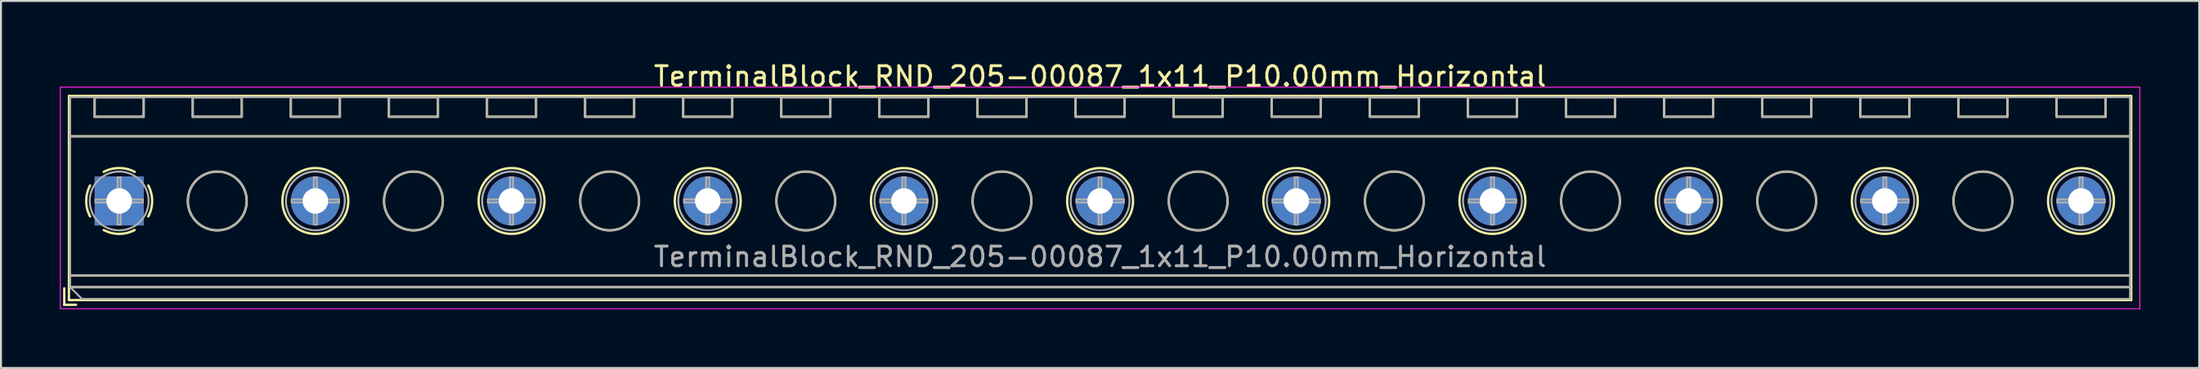
<source format=kicad_pcb>
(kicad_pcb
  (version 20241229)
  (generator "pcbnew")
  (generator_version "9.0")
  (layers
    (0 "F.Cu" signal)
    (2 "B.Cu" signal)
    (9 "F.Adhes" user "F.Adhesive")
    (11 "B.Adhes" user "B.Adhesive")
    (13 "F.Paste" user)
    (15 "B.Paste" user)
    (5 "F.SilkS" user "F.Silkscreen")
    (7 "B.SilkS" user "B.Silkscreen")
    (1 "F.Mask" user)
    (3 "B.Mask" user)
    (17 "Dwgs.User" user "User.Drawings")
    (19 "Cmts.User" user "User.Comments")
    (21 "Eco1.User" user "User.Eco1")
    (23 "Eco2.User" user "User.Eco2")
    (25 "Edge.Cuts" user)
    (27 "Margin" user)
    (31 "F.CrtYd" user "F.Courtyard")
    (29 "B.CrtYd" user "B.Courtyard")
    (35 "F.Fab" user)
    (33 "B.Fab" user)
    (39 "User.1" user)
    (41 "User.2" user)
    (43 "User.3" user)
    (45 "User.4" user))
  (footprint "TerminalBlock_RND_205-00087_1x11_P10.00mm_Horizontal"
    (layer "F.Cu")
    (at 3.025 7.208)
    (property "Reference" "TerminalBlock_RND_205-00087_1x11_P10.00mm_Horizontal" (at 50 -6.36 0) (layer "F.SilkS") (effects (font (size 1 1) (thickness 0.15))))
    (attr through_hole)
    (fp_line (start -2.8 4.46) (end -2.8 5.3) (stroke (width 0.12) (type solid)) (layer "F.SilkS"))
    (fp_line (start -2.8 5.3) (end -2.2 5.3) (stroke (width 0.12) (type solid)) (layer "F.SilkS"))
    (fp_line (start -2.56 -5.36) (end -2.56 5.06) (stroke (width 0.12) (type solid)) (layer "F.SilkS"))
    (fp_line (start -2.56 -5.36) (end 102.56 -5.36) (stroke (width 0.12) (type solid)) (layer "F.SilkS"))
    (fp_line (start -2.56 -3.301) (end 102.56 -3.301) (stroke (width 0.12) (type solid)) (layer "F.SilkS"))
    (fp_line (start -2.56 3.8) (end 102.56 3.8) (stroke (width 0.12) (type solid)) (layer "F.SilkS"))
    (fp_line (start -2.56 4.4) (end 102.56 4.4) (stroke (width 0.12) (type solid)) (layer "F.SilkS"))
    (fp_line (start -2.56 5.06) (end 102.56 5.06) (stroke (width 0.12) (type solid)) (layer "F.SilkS"))
    (fp_line (start -1.25 -5.301) (end -1.25 -4.301) (stroke (width 0.12) (type solid)) (layer "F.SilkS"))
    (fp_line (start -1.25 -5.301) (end 1.25 -5.301) (stroke (width 0.12) (type solid)) (layer "F.SilkS"))
    (fp_line (start -1.25 -4.301) (end 1.25 -4.301) (stroke (width 0.12) (type solid)) (layer "F.SilkS"))
    (fp_line (start 1.25 -5.301) (end 1.25 -4.301) (stroke (width 0.12) (type solid)) (layer "F.SilkS"))
    (fp_line (start 3.75 -5.301) (end 3.75 -4.301) (stroke (width 0.12) (type solid)) (layer "F.SilkS"))
    (fp_line (start 3.75 -5.301) (end 6.25 -5.301) (stroke (width 0.12) (type solid)) (layer "F.SilkS"))
    (fp_line (start 3.75 -4.301) (end 6.25 -4.301) (stroke (width 0.12) (type solid)) (layer "F.SilkS"))
    (fp_line (start 6.25 -5.301) (end 6.25 -4.301) (stroke (width 0.12) (type solid)) (layer "F.SilkS"))
    (fp_line (start 8.75 -5.301) (end 8.75 -4.301) (stroke (width 0.12) (type solid)) (layer "F.SilkS"))
    (fp_line (start 8.75 -5.301) (end 11.25 -5.301) (stroke (width 0.12) (type solid)) (layer "F.SilkS"))
    (fp_line (start 8.75 -4.301) (end 11.25 -4.301) (stroke (width 0.12) (type solid)) (layer "F.SilkS"))
    (fp_line (start 11.25 -5.301) (end 11.25 -4.301) (stroke (width 0.12) (type solid)) (layer "F.SilkS"))
    (fp_line (start 13.75 -5.301) (end 13.75 -4.301) (stroke (width 0.12) (type solid)) (layer "F.SilkS"))
    (fp_line (start 13.75 -5.301) (end 16.25 -5.301) (stroke (width 0.12) (type solid)) (layer "F.SilkS"))
    (fp_line (start 13.75 -4.301) (end 16.25 -4.301) (stroke (width 0.12) (type solid)) (layer "F.SilkS"))
    (fp_line (start 16.25 -5.301) (end 16.25 -4.301) (stroke (width 0.12) (type solid)) (layer "F.SilkS"))
    (fp_line (start 18.75 -5.301) (end 18.75 -4.301) (stroke (width 0.12) (type solid)) (layer "F.SilkS"))
    (fp_line (start 18.75 -5.301) (end 21.25 -5.301) (stroke (width 0.12) (type solid)) (layer "F.SilkS"))
    (fp_line (start 18.75 -4.301) (end 21.25 -4.301) (stroke (width 0.12) (type solid)) (layer "F.SilkS"))
    (fp_line (start 21.25 -5.301) (end 21.25 -4.301) (stroke (width 0.12) (type solid)) (layer "F.SilkS"))
    (fp_line (start 23.75 -5.301) (end 23.75 -4.301) (stroke (width 0.12) (type solid)) (layer "F.SilkS"))
    (fp_line (start 23.75 -5.301) (end 26.25 -5.301) (stroke (width 0.12) (type solid)) (layer "F.SilkS"))
    (fp_line (start 23.75 -4.301) (end 26.25 -4.301) (stroke (width 0.12) (type solid)) (layer "F.SilkS"))
    (fp_line (start 26.25 -5.301) (end 26.25 -4.301) (stroke (width 0.12) (type solid)) (layer "F.SilkS"))
    (fp_line (start 28.75 -5.301) (end 28.75 -4.301) (stroke (width 0.12) (type solid)) (layer "F.SilkS"))
    (fp_line (start 28.75 -5.301) (end 31.25 -5.301) (stroke (width 0.12) (type solid)) (layer "F.SilkS"))
    (fp_line (start 28.75 -4.301) (end 31.25 -4.301) (stroke (width 0.12) (type solid)) (layer "F.SilkS"))
    (fp_line (start 31.25 -5.301) (end 31.25 -4.301) (stroke (width 0.12) (type solid)) (layer "F.SilkS"))
    (fp_line (start 33.75 -5.301) (end 33.75 -4.301) (stroke (width 0.12) (type solid)) (layer "F.SilkS"))
    (fp_line (start 33.75 -5.301) (end 36.25 -5.301) (stroke (width 0.12) (type solid)) (layer "F.SilkS"))
    (fp_line (start 33.75 -4.301) (end 36.25 -4.301) (stroke (width 0.12) (type solid)) (layer "F.SilkS"))
    (fp_line (start 36.25 -5.301) (end 36.25 -4.301) (stroke (width 0.12) (type solid)) (layer "F.SilkS"))
    (fp_line (start 38.75 -5.301) (end 38.75 -4.301) (stroke (width 0.12) (type solid)) (layer "F.SilkS"))
    (fp_line (start 38.75 -5.301) (end 41.25 -5.301) (stroke (width 0.12) (type solid)) (layer "F.SilkS"))
    (fp_line (start 38.75 -4.301) (end 41.25 -4.301) (stroke (width 0.12) (type solid)) (layer "F.SilkS"))
    (fp_line (start 41.25 -5.301) (end 41.25 -4.301) (stroke (width 0.12) (type solid)) (layer "F.SilkS"))
    (fp_line (start 43.75 -5.301) (end 43.75 -4.301) (stroke (width 0.12) (type solid)) (layer "F.SilkS"))
    (fp_line (start 43.75 -5.301) (end 46.25 -5.301) (stroke (width 0.12) (type solid)) (layer "F.SilkS"))
    (fp_line (start 43.75 -4.301) (end 46.25 -4.301) (stroke (width 0.12) (type solid)) (layer "F.SilkS"))
    (fp_line (start 46.25 -5.301) (end 46.25 -4.301) (stroke (width 0.12) (type solid)) (layer "F.SilkS"))
    (fp_line (start 48.75 -5.301) (end 48.75 -4.301) (stroke (width 0.12) (type solid)) (layer "F.SilkS"))
    (fp_line (start 48.75 -5.301) (end 51.25 -5.301) (stroke (width 0.12) (type solid)) (layer "F.SilkS"))
    (fp_line (start 48.75 -4.301) (end 51.25 -4.301) (stroke (width 0.12) (type solid)) (layer "F.SilkS"))
    (fp_line (start 51.25 -5.301) (end 51.25 -4.301) (stroke (width 0.12) (type solid)) (layer "F.SilkS"))
    (fp_line (start 53.75 -5.301) (end 53.75 -4.301) (stroke (width 0.12) (type solid)) (layer "F.SilkS"))
    (fp_line (start 53.75 -5.301) (end 56.25 -5.301) (stroke (width 0.12) (type solid)) (layer "F.SilkS"))
    (fp_line (start 53.75 -4.301) (end 56.25 -4.301) (stroke (width 0.12) (type solid)) (layer "F.SilkS"))
    (fp_line (start 56.25 -5.301) (end 56.25 -4.301) (stroke (width 0.12) (type solid)) (layer "F.SilkS"))
    (fp_line (start 58.75 -5.301) (end 58.75 -4.301) (stroke (width 0.12) (type solid)) (layer "F.SilkS"))
    (fp_line (start 58.75 -5.301) (end 61.25 -5.301) (stroke (width 0.12) (type solid)) (layer "F.SilkS"))
    (fp_line (start 58.75 -4.301) (end 61.25 -4.301) (stroke (width 0.12) (type solid)) (layer "F.SilkS"))
    (fp_line (start 61.25 -5.301) (end 61.25 -4.301) (stroke (width 0.12) (type solid)) (layer "F.SilkS"))
    (fp_line (start 63.75 -5.301) (end 63.75 -4.301) (stroke (width 0.12) (type solid)) (layer "F.SilkS"))
    (fp_line (start 63.75 -5.301) (end 66.25 -5.301) (stroke (width 0.12) (type solid)) (layer "F.SilkS"))
    (fp_line (start 63.75 -4.301) (end 66.25 -4.301) (stroke (width 0.12) (type solid)) (layer "F.SilkS"))
    (fp_line (start 66.25 -5.301) (end 66.25 -4.301) (stroke (width 0.12) (type solid)) (layer "F.SilkS"))
    (fp_line (start 68.75 -5.301) (end 68.75 -4.301) (stroke (width 0.12) (type solid)) (layer "F.SilkS"))
    (fp_line (start 68.75 -5.301) (end 71.25 -5.301) (stroke (width 0.12) (type solid)) (layer "F.SilkS"))
    (fp_line (start 68.75 -4.301) (end 71.25 -4.301) (stroke (width 0.12) (type solid)) (layer "F.SilkS"))
    (fp_line (start 71.25 -5.301) (end 71.25 -4.301) (stroke (width 0.12) (type solid)) (layer "F.SilkS"))
    (fp_line (start 73.75 -5.301) (end 73.75 -4.301) (stroke (width 0.12) (type solid)) (layer "F.SilkS"))
    (fp_line (start 73.75 -5.301) (end 76.25 -5.301) (stroke (width 0.12) (type solid)) (layer "F.SilkS"))
    (fp_line (start 73.75 -4.301) (end 76.25 -4.301) (stroke (width 0.12) (type solid)) (layer "F.SilkS"))
    (fp_line (start 76.25 -5.301) (end 76.25 -4.301) (stroke (width 0.12) (type solid)) (layer "F.SilkS"))
    (fp_line (start 78.75 -5.301) (end 78.75 -4.301) (stroke (width 0.12) (type solid)) (layer "F.SilkS"))
    (fp_line (start 78.75 -5.301) (end 81.25 -5.301) (stroke (width 0.12) (type solid)) (layer "F.SilkS"))
    (fp_line (start 78.75 -4.301) (end 81.25 -4.301) (stroke (width 0.12) (type solid)) (layer "F.SilkS"))
    (fp_line (start 81.25 -5.301) (end 81.25 -4.301) (stroke (width 0.12) (type solid)) (layer "F.SilkS"))
    (fp_line (start 83.75 -5.301) (end 83.75 -4.301) (stroke (width 0.12) (type solid)) (layer "F.SilkS"))
    (fp_line (start 83.75 -5.301) (end 86.25 -5.301) (stroke (width 0.12) (type solid)) (layer "F.SilkS"))
    (fp_line (start 83.75 -4.301) (end 86.25 -4.301) (stroke (width 0.12) (type solid)) (layer "F.SilkS"))
    (fp_line (start 86.25 -5.301) (end 86.25 -4.301) (stroke (width 0.12) (type solid)) (layer "F.SilkS"))
    (fp_line (start 88.75 -5.301) (end 88.75 -4.301) (stroke (width 0.12) (type solid)) (layer "F.SilkS"))
    (fp_line (start 88.75 -5.301) (end 91.25 -5.301) (stroke (width 0.12) (type solid)) (layer "F.SilkS"))
    (fp_line (start 88.75 -4.301) (end 91.25 -4.301) (stroke (width 0.12) (type solid)) (layer "F.SilkS"))
    (fp_line (start 91.25 -5.301) (end 91.25 -4.301) (stroke (width 0.12) (type solid)) (layer "F.SilkS"))
    (fp_line (start 93.75 -5.301) (end 93.75 -4.301) (stroke (width 0.12) (type solid)) (layer "F.SilkS"))
    (fp_line (start 93.75 -5.301) (end 96.25 -5.301) (stroke (width 0.12) (type solid)) (layer "F.SilkS"))
    (fp_line (start 93.75 -4.301) (end 96.25 -4.301) (stroke (width 0.12) (type solid)) (layer "F.SilkS"))
    (fp_line (start 96.25 -5.301) (end 96.25 -4.301) (stroke (width 0.12) (type solid)) (layer "F.SilkS"))
    (fp_line (start 98.75 -5.301) (end 98.75 -4.301) (stroke (width 0.12) (type solid)) (layer "F.SilkS"))
    (fp_line (start 98.75 -5.301) (end 101.25 -5.301) (stroke (width 0.12) (type solid)) (layer "F.SilkS"))
    (fp_line (start 98.75 -4.301) (end 101.25 -4.301) (stroke (width 0.12) (type solid)) (layer "F.SilkS"))
    (fp_line (start 101.25 -5.301) (end 101.25 -4.301) (stroke (width 0.12) (type solid)) (layer "F.SilkS"))
    (fp_line (start 102.56 -5.36) (end 102.56 5.06) (stroke (width 0.12) (type solid)) (layer "F.SilkS"))
    (fp_arc (start -1.483953 0.789089) (mid -1.680708 0.00005) (end -1.484 -0.789) (stroke (width 0.12) (type solid)) (layer "F.SilkS"))
    (fp_arc (start -0.789089 -1.483953) (mid -0.00005 -1.680708) (end 0.789 -1.484) (stroke (width 0.12) (type solid)) (layer "F.SilkS"))
    (fp_arc (start 0.029383 1.68045) (mid -0.392304 1.634281) (end -0.789 1.484) (stroke (width 0.12) (type solid)) (layer "F.SilkS"))
    (fp_arc (start 0.788712 1.483352) (mid 0.406429 1.630097) (end 0 1.68) (stroke (width 0.12) (type solid)) (layer "F.SilkS"))
    (fp_arc (start 1.483953 -0.789089) (mid 1.680708 -0.00005) (end 1.484 0.789) (stroke (width 0.12) (type solid)) (layer "F.SilkS"))
    (fp_circle (center 5 0) (end 6.5 0) (stroke (width 0.12) (type solid)) (fill no) (layer "F.SilkS"))
    (fp_circle (center 10 0) (end 11.68 0) (stroke (width 0.12) (type solid)) (fill no) (layer "F.SilkS"))
    (fp_circle (center 15 0) (end 16.5 0) (stroke (width 0.12) (type solid)) (fill no) (layer "F.SilkS"))
    (fp_circle (center 20 0) (end 21.68 0) (stroke (width 0.12) (type solid)) (fill no) (layer "F.SilkS"))
    (fp_circle (center 25 0) (end 26.5 0) (stroke (width 0.12) (type solid)) (fill no) (layer "F.SilkS"))
    (fp_circle (center 30 0) (end 31.68 0) (stroke (width 0.12) (type solid)) (fill no) (layer "F.SilkS"))
    (fp_circle (center 35 0) (end 36.5 0) (stroke (width 0.12) (type solid)) (fill no) (layer "F.SilkS"))
    (fp_circle (center 40 0) (end 41.68 0) (stroke (width 0.12) (type solid)) (fill no) (layer "F.SilkS"))
    (fp_circle (center 45 0) (end 46.5 0) (stroke (width 0.12) (type solid)) (fill no) (layer "F.SilkS"))
    (fp_circle (center 50 0) (end 51.68 0) (stroke (width 0.12) (type solid)) (fill no) (layer "F.SilkS"))
    (fp_circle (center 55 0) (end 56.5 0) (stroke (width 0.12) (type solid)) (fill no) (layer "F.SilkS"))
    (fp_circle (center 60 0) (end 61.68 0) (stroke (width 0.12) (type solid)) (fill no) (layer "F.SilkS"))
    (fp_circle (center 65 0) (end 66.5 0) (stroke (width 0.12) (type solid)) (fill no) (layer "F.SilkS"))
    (fp_circle (center 70 0) (end 71.68 0) (stroke (width 0.12) (type solid)) (fill no) (layer "F.SilkS"))
    (fp_circle (center 75 0) (end 76.5 0) (stroke (width 0.12) (type solid)) (fill no) (layer "F.SilkS"))
    (fp_circle (center 80 0) (end 81.68 0) (stroke (width 0.12) (type solid)) (fill no) (layer "F.SilkS"))
    (fp_circle (center 85 0) (end 86.5 0) (stroke (width 0.12) (type solid)) (fill no) (layer "F.SilkS"))
    (fp_circle (center 90 0) (end 91.68 0) (stroke (width 0.12) (type solid)) (fill no) (layer "F.SilkS"))
    (fp_circle (center 95 0) (end 96.5 0) (stroke (width 0.12) (type solid)) (fill no) (layer "F.SilkS"))
    (fp_circle (center 100 0) (end 101.68 0) (stroke (width 0.12) (type solid)) (fill no) (layer "F.SilkS"))
    (fp_line (start -3 -5.81) (end -3 5.5) (stroke (width 0.05) (type solid)) (layer "F.CrtYd"))
    (fp_line (start -3 5.5) (end 103 5.5) (stroke (width 0.05) (type solid)) (layer "F.CrtYd"))
    (fp_line (start 103 -5.81) (end -3 -5.81) (stroke (width 0.05) (type solid)) (layer "F.CrtYd"))
    (fp_line (start 103 5.5) (end 103 -5.81) (stroke (width 0.05) (type solid)) (layer "F.CrtYd"))
    (fp_line (start -2.5 -5.3) (end 102.5 -5.3) (stroke (width 0.1) (type solid)) (layer "F.Fab"))
    (fp_line (start -2.5 -3.3) (end 102.5 -3.3) (stroke (width 0.1) (type solid)) (layer "F.Fab"))
    (fp_line (start -2.5 3.8) (end 102.5 3.8) (stroke (width 0.1) (type solid)) (layer "F.Fab"))
    (fp_line (start -2.5 4.4) (end -2.5 -5.3) (stroke (width 0.1) (type solid)) (layer "F.Fab"))
    (fp_line (start -2.5 4.4) (end 102.5 4.4) (stroke (width 0.1) (type solid)) (layer "F.Fab"))
    (fp_line (start -1.9 5) (end -2.5 4.4) (stroke (width 0.1) (type solid)) (layer "F.Fab"))
    (fp_line (start -1.25 -5.3) (end -1.25 -4.3) (stroke (width 0.1) (type solid)) (layer "F.Fab"))
    (fp_line (start -1.25 -4.3) (end 1.25 -4.3) (stroke (width 0.1) (type solid)) (layer "F.Fab"))
    (fp_line (start -1.201 -0.076) (end -0.076 -0.076) (stroke (width 0.1) (type solid)) (layer "F.Fab"))
    (fp_line (start -1.201 0.076) (end -1.201 -0.076) (stroke (width 0.1) (type solid)) (layer "F.Fab"))
    (fp_line (start -0.076 -1.201) (end 0.076 -1.201) (stroke (width 0.1) (type solid)) (layer "F.Fab"))
    (fp_line (start -0.076 -0.076) (end -0.076 -1.201) (stroke (width 0.1) (type solid)) (layer "F.Fab"))
    (fp_line (start -0.076 0.076) (end -1.201 0.076) (stroke (width 0.1) (type solid)) (layer "F.Fab"))
    (fp_line (start -0.076 1.201) (end -0.076 0.076) (stroke (width 0.1) (type solid)) (layer "F.Fab"))
    (fp_line (start 0.076 -1.201) (end 0.076 -0.076) (stroke (width 0.1) (type solid)) (layer "F.Fab"))
    (fp_line (start 0.076 -0.076) (end 1.201 -0.076) (stroke (width 0.1) (type solid)) (layer "F.Fab"))
    (fp_line (start 0.076 0.076) (end 0.076 1.201) (stroke (width 0.1) (type solid)) (layer "F.Fab"))
    (fp_line (start 0.076 1.201) (end -0.076 1.201) (stroke (width 0.1) (type solid)) (layer "F.Fab"))
    (fp_line (start 1.201 -0.076) (end 1.201 0.076) (stroke (width 0.1) (type solid)) (layer "F.Fab"))
    (fp_line (start 1.201 0.076) (end 0.076 0.076) (stroke (width 0.1) (type solid)) (layer "F.Fab"))
    (fp_line (start 1.25 -5.3) (end -1.25 -5.3) (stroke (width 0.1) (type solid)) (layer "F.Fab"))
    (fp_line (start 1.25 -4.3) (end 1.25 -5.3) (stroke (width 0.1) (type solid)) (layer "F.Fab"))
    (fp_line (start 3.75 -5.3) (end 3.75 -4.3) (stroke (width 0.1) (type solid)) (layer "F.Fab"))
    (fp_line (start 3.75 -4.3) (end 6.25 -4.3) (stroke (width 0.1) (type solid)) (layer "F.Fab"))
    (fp_line (start 6.25 -5.3) (end 3.75 -5.3) (stroke (width 0.1) (type solid)) (layer "F.Fab"))
    (fp_line (start 6.25 -4.3) (end 6.25 -5.3) (stroke (width 0.1) (type solid)) (layer "F.Fab"))
    (fp_line (start 8.75 -5.3) (end 8.75 -4.3) (stroke (width 0.1) (type solid)) (layer "F.Fab"))
    (fp_line (start 8.75 -4.3) (end 11.25 -4.3) (stroke (width 0.1) (type solid)) (layer "F.Fab"))
    (fp_line (start 8.799 -0.076) (end 9.924 -0.076) (stroke (width 0.1) (type solid)) (layer "F.Fab"))
    (fp_line (start 8.799 0.076) (end 8.799 -0.076) (stroke (width 0.1) (type solid)) (layer "F.Fab"))
    (fp_line (start 9.924 -1.201) (end 10.076 -1.201) (stroke (width 0.1) (type solid)) (layer "F.Fab"))
    (fp_line (start 9.924 -0.076) (end 9.924 -1.201) (stroke (width 0.1) (type solid)) (layer "F.Fab"))
    (fp_line (start 9.924 0.076) (end 8.799 0.076) (stroke (width 0.1) (type solid)) (layer "F.Fab"))
    (fp_line (start 9.924 1.201) (end 9.924 0.076) (stroke (width 0.1) (type solid)) (layer "F.Fab"))
    (fp_line (start 10.076 -1.201) (end 10.076 -0.076) (stroke (width 0.1) (type solid)) (layer "F.Fab"))
    (fp_line (start 10.076 -0.076) (end 11.201 -0.076) (stroke (width 0.1) (type solid)) (layer "F.Fab"))
    (fp_line (start 10.076 0.076) (end 10.076 1.201) (stroke (width 0.1) (type solid)) (layer "F.Fab"))
    (fp_line (start 10.076 1.201) (end 9.924 1.201) (stroke (width 0.1) (type solid)) (layer "F.Fab"))
    (fp_line (start 11.201 -0.076) (end 11.201 0.076) (stroke (width 0.1) (type solid)) (layer "F.Fab"))
    (fp_line (start 11.201 0.076) (end 10.076 0.076) (stroke (width 0.1) (type solid)) (layer "F.Fab"))
    (fp_line (start 11.25 -5.3) (end 8.75 -5.3) (stroke (width 0.1) (type solid)) (layer "F.Fab"))
    (fp_line (start 11.25 -4.3) (end 11.25 -5.3) (stroke (width 0.1) (type solid)) (layer "F.Fab"))
    (fp_line (start 13.75 -5.3) (end 13.75 -4.3) (stroke (width 0.1) (type solid)) (layer "F.Fab"))
    (fp_line (start 13.75 -4.3) (end 16.25 -4.3) (stroke (width 0.1) (type solid)) (layer "F.Fab"))
    (fp_line (start 16.25 -5.3) (end 13.75 -5.3) (stroke (width 0.1) (type solid)) (layer "F.Fab"))
    (fp_line (start 16.25 -4.3) (end 16.25 -5.3) (stroke (width 0.1) (type solid)) (layer "F.Fab"))
    (fp_line (start 18.75 -5.3) (end 18.75 -4.3) (stroke (width 0.1) (type solid)) (layer "F.Fab"))
    (fp_line (start 18.75 -4.3) (end 21.25 -4.3) (stroke (width 0.1) (type solid)) (layer "F.Fab"))
    (fp_line (start 18.799 -0.076) (end 19.924 -0.076) (stroke (width 0.1) (type solid)) (layer "F.Fab"))
    (fp_line (start 18.799 0.076) (end 18.799 -0.076) (stroke (width 0.1) (type solid)) (layer "F.Fab"))
    (fp_line (start 19.924 -1.201) (end 20.076 -1.201) (stroke (width 0.1) (type solid)) (layer "F.Fab"))
    (fp_line (start 19.924 -0.076) (end 19.924 -1.201) (stroke (width 0.1) (type solid)) (layer "F.Fab"))
    (fp_line (start 19.924 0.076) (end 18.799 0.076) (stroke (width 0.1) (type solid)) (layer "F.Fab"))
    (fp_line (start 19.924 1.201) (end 19.924 0.076) (stroke (width 0.1) (type solid)) (layer "F.Fab"))
    (fp_line (start 20.076 -1.201) (end 20.076 -0.076) (stroke (width 0.1) (type solid)) (layer "F.Fab"))
    (fp_line (start 20.076 -0.076) (end 21.201 -0.076) (stroke (width 0.1) (type solid)) (layer "F.Fab"))
    (fp_line (start 20.076 0.076) (end 20.076 1.201) (stroke (width 0.1) (type solid)) (layer "F.Fab"))
    (fp_line (start 20.076 1.201) (end 19.924 1.201) (stroke (width 0.1) (type solid)) (layer "F.Fab"))
    (fp_line (start 21.201 -0.076) (end 21.201 0.076) (stroke (width 0.1) (type solid)) (layer "F.Fab"))
    (fp_line (start 21.201 0.076) (end 20.076 0.076) (stroke (width 0.1) (type solid)) (layer "F.Fab"))
    (fp_line (start 21.25 -5.3) (end 18.75 -5.3) (stroke (width 0.1) (type solid)) (layer "F.Fab"))
    (fp_line (start 21.25 -4.3) (end 21.25 -5.3) (stroke (width 0.1) (type solid)) (layer "F.Fab"))
    (fp_line (start 23.75 -5.3) (end 23.75 -4.3) (stroke (width 0.1) (type solid)) (layer "F.Fab"))
    (fp_line (start 23.75 -4.3) (end 26.25 -4.3) (stroke (width 0.1) (type solid)) (layer "F.Fab"))
    (fp_line (start 26.25 -5.3) (end 23.75 -5.3) (stroke (width 0.1) (type solid)) (layer "F.Fab"))
    (fp_line (start 26.25 -4.3) (end 26.25 -5.3) (stroke (width 0.1) (type solid)) (layer "F.Fab"))
    (fp_line (start 28.75 -5.3) (end 28.75 -4.3) (stroke (width 0.1) (type solid)) (layer "F.Fab"))
    (fp_line (start 28.75 -4.3) (end 31.25 -4.3) (stroke (width 0.1) (type solid)) (layer "F.Fab"))
    (fp_line (start 28.799 -0.076) (end 29.924 -0.076) (stroke (width 0.1) (type solid)) (layer "F.Fab"))
    (fp_line (start 28.799 0.076) (end 28.799 -0.076) (stroke (width 0.1) (type solid)) (layer "F.Fab"))
    (fp_line (start 29.924 -1.201) (end 30.076 -1.201) (stroke (width 0.1) (type solid)) (layer "F.Fab"))
    (fp_line (start 29.924 -0.076) (end 29.924 -1.201) (stroke (width 0.1) (type solid)) (layer "F.Fab"))
    (fp_line (start 29.924 0.076) (end 28.799 0.076) (stroke (width 0.1) (type solid)) (layer "F.Fab"))
    (fp_line (start 29.924 1.201) (end 29.924 0.076) (stroke (width 0.1) (type solid)) (layer "F.Fab"))
    (fp_line (start 30.076 -1.201) (end 30.076 -0.076) (stroke (width 0.1) (type solid)) (layer "F.Fab"))
    (fp_line (start 30.076 -0.076) (end 31.201 -0.076) (stroke (width 0.1) (type solid)) (layer "F.Fab"))
    (fp_line (start 30.076 0.076) (end 30.076 1.201) (stroke (width 0.1) (type solid)) (layer "F.Fab"))
    (fp_line (start 30.076 1.201) (end 29.924 1.201) (stroke (width 0.1) (type solid)) (layer "F.Fab"))
    (fp_line (start 31.201 -0.076) (end 31.201 0.076) (stroke (width 0.1) (type solid)) (layer "F.Fab"))
    (fp_line (start 31.201 0.076) (end 30.076 0.076) (stroke (width 0.1) (type solid)) (layer "F.Fab"))
    (fp_line (start 31.25 -5.3) (end 28.75 -5.3) (stroke (width 0.1) (type solid)) (layer "F.Fab"))
    (fp_line (start 31.25 -4.3) (end 31.25 -5.3) (stroke (width 0.1) (type solid)) (layer "F.Fab"))
    (fp_line (start 33.75 -5.3) (end 33.75 -4.3) (stroke (width 0.1) (type solid)) (layer "F.Fab"))
    (fp_line (start 33.75 -4.3) (end 36.25 -4.3) (stroke (width 0.1) (type solid)) (layer "F.Fab"))
    (fp_line (start 36.25 -5.3) (end 33.75 -5.3) (stroke (width 0.1) (type solid)) (layer "F.Fab"))
    (fp_line (start 36.25 -4.3) (end 36.25 -5.3) (stroke (width 0.1) (type solid)) (layer "F.Fab"))
    (fp_line (start 38.75 -5.3) (end 38.75 -4.3) (stroke (width 0.1) (type solid)) (layer "F.Fab"))
    (fp_line (start 38.75 -4.3) (end 41.25 -4.3) (stroke (width 0.1) (type solid)) (layer "F.Fab"))
    (fp_line (start 38.799 -0.076) (end 39.924 -0.076) (stroke (width 0.1) (type solid)) (layer "F.Fab"))
    (fp_line (start 38.799 0.076) (end 38.799 -0.076) (stroke (width 0.1) (type solid)) (layer "F.Fab"))
    (fp_line (start 39.924 -1.201) (end 40.076 -1.201) (stroke (width 0.1) (type solid)) (layer "F.Fab"))
    (fp_line (start 39.924 -0.076) (end 39.924 -1.201) (stroke (width 0.1) (type solid)) (layer "F.Fab"))
    (fp_line (start 39.924 0.076) (end 38.799 0.076) (stroke (width 0.1) (type solid)) (layer "F.Fab"))
    (fp_line (start 39.924 1.201) (end 39.924 0.076) (stroke (width 0.1) (type solid)) (layer "F.Fab"))
    (fp_line (start 40.076 -1.201) (end 40.076 -0.076) (stroke (width 0.1) (type solid)) (layer "F.Fab"))
    (fp_line (start 40.076 -0.076) (end 41.201 -0.076) (stroke (width 0.1) (type solid)) (layer "F.Fab"))
    (fp_line (start 40.076 0.076) (end 40.076 1.201) (stroke (width 0.1) (type solid)) (layer "F.Fab"))
    (fp_line (start 40.076 1.201) (end 39.924 1.201) (stroke (width 0.1) (type solid)) (layer "F.Fab"))
    (fp_line (start 41.201 -0.076) (end 41.201 0.076) (stroke (width 0.1) (type solid)) (layer "F.Fab"))
    (fp_line (start 41.201 0.076) (end 40.076 0.076) (stroke (width 0.1) (type solid)) (layer "F.Fab"))
    (fp_line (start 41.25 -5.3) (end 38.75 -5.3) (stroke (width 0.1) (type solid)) (layer "F.Fab"))
    (fp_line (start 41.25 -4.3) (end 41.25 -5.3) (stroke (width 0.1) (type solid)) (layer "F.Fab"))
    (fp_line (start 43.75 -5.3) (end 43.75 -4.3) (stroke (width 0.1) (type solid)) (layer "F.Fab"))
    (fp_line (start 43.75 -4.3) (end 46.25 -4.3) (stroke (width 0.1) (type solid)) (layer "F.Fab"))
    (fp_line (start 46.25 -5.3) (end 43.75 -5.3) (stroke (width 0.1) (type solid)) (layer "F.Fab"))
    (fp_line (start 46.25 -4.3) (end 46.25 -5.3) (stroke (width 0.1) (type solid)) (layer "F.Fab"))
    (fp_line (start 48.75 -5.3) (end 48.75 -4.3) (stroke (width 0.1) (type solid)) (layer "F.Fab"))
    (fp_line (start 48.75 -4.3) (end 51.25 -4.3) (stroke (width 0.1) (type solid)) (layer "F.Fab"))
    (fp_line (start 48.799 -0.076) (end 49.924 -0.076) (stroke (width 0.1) (type solid)) (layer "F.Fab"))
    (fp_line (start 48.799 0.076) (end 48.799 -0.076) (stroke (width 0.1) (type solid)) (layer "F.Fab"))
    (fp_line (start 49.924 -1.201) (end 50.076 -1.201) (stroke (width 0.1) (type solid)) (layer "F.Fab"))
    (fp_line (start 49.924 -0.076) (end 49.924 -1.201) (stroke (width 0.1) (type solid)) (layer "F.Fab"))
    (fp_line (start 49.924 0.076) (end 48.799 0.076) (stroke (width 0.1) (type solid)) (layer "F.Fab"))
    (fp_line (start 49.924 1.201) (end 49.924 0.076) (stroke (width 0.1) (type solid)) (layer "F.Fab"))
    (fp_line (start 50.076 -1.201) (end 50.076 -0.076) (stroke (width 0.1) (type solid)) (layer "F.Fab"))
    (fp_line (start 50.076 -0.076) (end 51.201 -0.076) (stroke (width 0.1) (type solid)) (layer "F.Fab"))
    (fp_line (start 50.076 0.076) (end 50.076 1.201) (stroke (width 0.1) (type solid)) (layer "F.Fab"))
    (fp_line (start 50.076 1.201) (end 49.924 1.201) (stroke (width 0.1) (type solid)) (layer "F.Fab"))
    (fp_line (start 51.201 -0.076) (end 51.201 0.076) (stroke (width 0.1) (type solid)) (layer "F.Fab"))
    (fp_line (start 51.201 0.076) (end 50.076 0.076) (stroke (width 0.1) (type solid)) (layer "F.Fab"))
    (fp_line (start 51.25 -5.3) (end 48.75 -5.3) (stroke (width 0.1) (type solid)) (layer "F.Fab"))
    (fp_line (start 51.25 -4.3) (end 51.25 -5.3) (stroke (width 0.1) (type solid)) (layer "F.Fab"))
    (fp_line (start 53.75 -5.3) (end 53.75 -4.3) (stroke (width 0.1) (type solid)) (layer "F.Fab"))
    (fp_line (start 53.75 -4.3) (end 56.25 -4.3) (stroke (width 0.1) (type solid)) (layer "F.Fab"))
    (fp_line (start 56.25 -5.3) (end 53.75 -5.3) (stroke (width 0.1) (type solid)) (layer "F.Fab"))
    (fp_line (start 56.25 -4.3) (end 56.25 -5.3) (stroke (width 0.1) (type solid)) (layer "F.Fab"))
    (fp_line (start 58.75 -5.3) (end 58.75 -4.3) (stroke (width 0.1) (type solid)) (layer "F.Fab"))
    (fp_line (start 58.75 -4.3) (end 61.25 -4.3) (stroke (width 0.1) (type solid)) (layer "F.Fab"))
    (fp_line (start 58.799 -0.076) (end 59.924 -0.076) (stroke (width 0.1) (type solid)) (layer "F.Fab"))
    (fp_line (start 58.799 0.076) (end 58.799 -0.076) (stroke (width 0.1) (type solid)) (layer "F.Fab"))
    (fp_line (start 59.924 -1.201) (end 60.076 -1.201) (stroke (width 0.1) (type solid)) (layer "F.Fab"))
    (fp_line (start 59.924 -0.076) (end 59.924 -1.201) (stroke (width 0.1) (type solid)) (layer "F.Fab"))
    (fp_line (start 59.924 0.076) (end 58.799 0.076) (stroke (width 0.1) (type solid)) (layer "F.Fab"))
    (fp_line (start 59.924 1.201) (end 59.924 0.076) (stroke (width 0.1) (type solid)) (layer "F.Fab"))
    (fp_line (start 60.076 -1.201) (end 60.076 -0.076) (stroke (width 0.1) (type solid)) (layer "F.Fab"))
    (fp_line (start 60.076 -0.076) (end 61.201 -0.076) (stroke (width 0.1) (type solid)) (layer "F.Fab"))
    (fp_line (start 60.076 0.076) (end 60.076 1.201) (stroke (width 0.1) (type solid)) (layer "F.Fab"))
    (fp_line (start 60.076 1.201) (end 59.924 1.201) (stroke (width 0.1) (type solid)) (layer "F.Fab"))
    (fp_line (start 61.201 -0.076) (end 61.201 0.076) (stroke (width 0.1) (type solid)) (layer "F.Fab"))
    (fp_line (start 61.201 0.076) (end 60.076 0.076) (stroke (width 0.1) (type solid)) (layer "F.Fab"))
    (fp_line (start 61.25 -5.3) (end 58.75 -5.3) (stroke (width 0.1) (type solid)) (layer "F.Fab"))
    (fp_line (start 61.25 -4.3) (end 61.25 -5.3) (stroke (width 0.1) (type solid)) (layer "F.Fab"))
    (fp_line (start 63.75 -5.3) (end 63.75 -4.3) (stroke (width 0.1) (type solid)) (layer "F.Fab"))
    (fp_line (start 63.75 -4.3) (end 66.25 -4.3) (stroke (width 0.1) (type solid)) (layer "F.Fab"))
    (fp_line (start 66.25 -5.3) (end 63.75 -5.3) (stroke (width 0.1) (type solid)) (layer "F.Fab"))
    (fp_line (start 66.25 -4.3) (end 66.25 -5.3) (stroke (width 0.1) (type solid)) (layer "F.Fab"))
    (fp_line (start 68.75 -5.3) (end 68.75 -4.3) (stroke (width 0.1) (type solid)) (layer "F.Fab"))
    (fp_line (start 68.75 -4.3) (end 71.25 -4.3) (stroke (width 0.1) (type solid)) (layer "F.Fab"))
    (fp_line (start 68.799 -0.076) (end 69.924 -0.076) (stroke (width 0.1) (type solid)) (layer "F.Fab"))
    (fp_line (start 68.799 0.076) (end 68.799 -0.076) (stroke (width 0.1) (type solid)) (layer "F.Fab"))
    (fp_line (start 69.924 -1.201) (end 70.076 -1.201) (stroke (width 0.1) (type solid)) (layer "F.Fab"))
    (fp_line (start 69.924 -0.076) (end 69.924 -1.201) (stroke (width 0.1) (type solid)) (layer "F.Fab"))
    (fp_line (start 69.924 0.076) (end 68.799 0.076) (stroke (width 0.1) (type solid)) (layer "F.Fab"))
    (fp_line (start 69.924 1.201) (end 69.924 0.076) (stroke (width 0.1) (type solid)) (layer "F.Fab"))
    (fp_line (start 70.076 -1.201) (end 70.076 -0.076) (stroke (width 0.1) (type solid)) (layer "F.Fab"))
    (fp_line (start 70.076 -0.076) (end 71.201 -0.076) (stroke (width 0.1) (type solid)) (layer "F.Fab"))
    (fp_line (start 70.076 0.076) (end 70.076 1.201) (stroke (width 0.1) (type solid)) (layer "F.Fab"))
    (fp_line (start 70.076 1.201) (end 69.924 1.201) (stroke (width 0.1) (type solid)) (layer "F.Fab"))
    (fp_line (start 71.201 -0.076) (end 71.201 0.076) (stroke (width 0.1) (type solid)) (layer "F.Fab"))
    (fp_line (start 71.201 0.076) (end 70.076 0.076) (stroke (width 0.1) (type solid)) (layer "F.Fab"))
    (fp_line (start 71.25 -5.3) (end 68.75 -5.3) (stroke (width 0.1) (type solid)) (layer "F.Fab"))
    (fp_line (start 71.25 -4.3) (end 71.25 -5.3) (stroke (width 0.1) (type solid)) (layer "F.Fab"))
    (fp_line (start 73.75 -5.3) (end 73.75 -4.3) (stroke (width 0.1) (type solid)) (layer "F.Fab"))
    (fp_line (start 73.75 -4.3) (end 76.25 -4.3) (stroke (width 0.1) (type solid)) (layer "F.Fab"))
    (fp_line (start 76.25 -5.3) (end 73.75 -5.3) (stroke (width 0.1) (type solid)) (layer "F.Fab"))
    (fp_line (start 76.25 -4.3) (end 76.25 -5.3) (stroke (width 0.1) (type solid)) (layer "F.Fab"))
    (fp_line (start 78.75 -5.3) (end 78.75 -4.3) (stroke (width 0.1) (type solid)) (layer "F.Fab"))
    (fp_line (start 78.75 -4.3) (end 81.25 -4.3) (stroke (width 0.1) (type solid)) (layer "F.Fab"))
    (fp_line (start 78.799 -0.076) (end 79.924 -0.076) (stroke (width 0.1) (type solid)) (layer "F.Fab"))
    (fp_line (start 78.799 0.076) (end 78.799 -0.076) (stroke (width 0.1) (type solid)) (layer "F.Fab"))
    (fp_line (start 79.924 -1.201) (end 80.076 -1.201) (stroke (width 0.1) (type solid)) (layer "F.Fab"))
    (fp_line (start 79.924 -0.076) (end 79.924 -1.201) (stroke (width 0.1) (type solid)) (layer "F.Fab"))
    (fp_line (start 79.924 0.076) (end 78.799 0.076) (stroke (width 0.1) (type solid)) (layer "F.Fab"))
    (fp_line (start 79.924 1.201) (end 79.924 0.076) (stroke (width 0.1) (type solid)) (layer "F.Fab"))
    (fp_line (start 80.076 -1.201) (end 80.076 -0.076) (stroke (width 0.1) (type solid)) (layer "F.Fab"))
    (fp_line (start 80.076 -0.076) (end 81.201 -0.076) (stroke (width 0.1) (type solid)) (layer "F.Fab"))
    (fp_line (start 80.076 0.076) (end 80.076 1.201) (stroke (width 0.1) (type solid)) (layer "F.Fab"))
    (fp_line (start 80.076 1.201) (end 79.924 1.201) (stroke (width 0.1) (type solid)) (layer "F.Fab"))
    (fp_line (start 81.201 -0.076) (end 81.201 0.076) (stroke (width 0.1) (type solid)) (layer "F.Fab"))
    (fp_line (start 81.201 0.076) (end 80.076 0.076) (stroke (width 0.1) (type solid)) (layer "F.Fab"))
    (fp_line (start 81.25 -5.3) (end 78.75 -5.3) (stroke (width 0.1) (type solid)) (layer "F.Fab"))
    (fp_line (start 81.25 -4.3) (end 81.25 -5.3) (stroke (width 0.1) (type solid)) (layer "F.Fab"))
    (fp_line (start 83.75 -5.3) (end 83.75 -4.3) (stroke (width 0.1) (type solid)) (layer "F.Fab"))
    (fp_line (start 83.75 -4.3) (end 86.25 -4.3) (stroke (width 0.1) (type solid)) (layer "F.Fab"))
    (fp_line (start 86.25 -5.3) (end 83.75 -5.3) (stroke (width 0.1) (type solid)) (layer "F.Fab"))
    (fp_line (start 86.25 -4.3) (end 86.25 -5.3) (stroke (width 0.1) (type solid)) (layer "F.Fab"))
    (fp_line (start 88.75 -5.3) (end 88.75 -4.3) (stroke (width 0.1) (type solid)) (layer "F.Fab"))
    (fp_line (start 88.75 -4.3) (end 91.25 -4.3) (stroke (width 0.1) (type solid)) (layer "F.Fab"))
    (fp_line (start 88.799 -0.076) (end 89.924 -0.076) (stroke (width 0.1) (type solid)) (layer "F.Fab"))
    (fp_line (start 88.799 0.076) (end 88.799 -0.076) (stroke (width 0.1) (type solid)) (layer "F.Fab"))
    (fp_line (start 89.924 -1.201) (end 90.076 -1.201) (stroke (width 0.1) (type solid)) (layer "F.Fab"))
    (fp_line (start 89.924 -0.076) (end 89.924 -1.201) (stroke (width 0.1) (type solid)) (layer "F.Fab"))
    (fp_line (start 89.924 0.076) (end 88.799 0.076) (stroke (width 0.1) (type solid)) (layer "F.Fab"))
    (fp_line (start 89.924 1.201) (end 89.924 0.076) (stroke (width 0.1) (type solid)) (layer "F.Fab"))
    (fp_line (start 90.076 -1.201) (end 90.076 -0.076) (stroke (width 0.1) (type solid)) (layer "F.Fab"))
    (fp_line (start 90.076 -0.076) (end 91.201 -0.076) (stroke (width 0.1) (type solid)) (layer "F.Fab"))
    (fp_line (start 90.076 0.076) (end 90.076 1.201) (stroke (width 0.1) (type solid)) (layer "F.Fab"))
    (fp_line (start 90.076 1.201) (end 89.924 1.201) (stroke (width 0.1) (type solid)) (layer "F.Fab"))
    (fp_line (start 91.201 -0.076) (end 91.201 0.076) (stroke (width 0.1) (type solid)) (layer "F.Fab"))
    (fp_line (start 91.201 0.076) (end 90.076 0.076) (stroke (width 0.1) (type solid)) (layer "F.Fab"))
    (fp_line (start 91.25 -5.3) (end 88.75 -5.3) (stroke (width 0.1) (type solid)) (layer "F.Fab"))
    (fp_line (start 91.25 -4.3) (end 91.25 -5.3) (stroke (width 0.1) (type solid)) (layer "F.Fab"))
    (fp_line (start 93.75 -5.3) (end 93.75 -4.3) (stroke (width 0.1) (type solid)) (layer "F.Fab"))
    (fp_line (start 93.75 -4.3) (end 96.25 -4.3) (stroke (width 0.1) (type solid)) (layer "F.Fab"))
    (fp_line (start 96.25 -5.3) (end 93.75 -5.3) (stroke (width 0.1) (type solid)) (layer "F.Fab"))
    (fp_line (start 96.25 -4.3) (end 96.25 -5.3) (stroke (width 0.1) (type solid)) (layer "F.Fab"))
    (fp_line (start 98.75 -5.3) (end 98.75 -4.3) (stroke (width 0.1) (type solid)) (layer "F.Fab"))
    (fp_line (start 98.75 -4.3) (end 101.25 -4.3) (stroke (width 0.1) (type solid)) (layer "F.Fab"))
    (fp_line (start 98.799 -0.076) (end 99.924 -0.076) (stroke (width 0.1) (type solid)) (layer "F.Fab"))
    (fp_line (start 98.799 0.076) (end 98.799 -0.076) (stroke (width 0.1) (type solid)) (layer "F.Fab"))
    (fp_line (start 99.924 -1.201) (end 100.076 -1.201) (stroke (width 0.1) (type solid)) (layer "F.Fab"))
    (fp_line (start 99.924 -0.076) (end 99.924 -1.201) (stroke (width 0.1) (type solid)) (layer "F.Fab"))
    (fp_line (start 99.924 0.076) (end 98.799 0.076) (stroke (width 0.1) (type solid)) (layer "F.Fab"))
    (fp_line (start 99.924 1.201) (end 99.924 0.076) (stroke (width 0.1) (type solid)) (layer "F.Fab"))
    (fp_line (start 100.076 -1.201) (end 100.076 -0.076) (stroke (width 0.1) (type solid)) (layer "F.Fab"))
    (fp_line (start 100.076 -0.076) (end 101.201 -0.076) (stroke (width 0.1) (type solid)) (layer "F.Fab"))
    (fp_line (start 100.076 0.076) (end 100.076 1.201) (stroke (width 0.1) (type solid)) (layer "F.Fab"))
    (fp_line (start 100.076 1.201) (end 99.924 1.201) (stroke (width 0.1) (type solid)) (layer "F.Fab"))
    (fp_line (start 101.201 -0.076) (end 101.201 0.076) (stroke (width 0.1) (type solid)) (layer "F.Fab"))
    (fp_line (start 101.201 0.076) (end 100.076 0.076) (stroke (width 0.1) (type solid)) (layer "F.Fab"))
    (fp_line (start 101.25 -5.3) (end 98.75 -5.3) (stroke (width 0.1) (type solid)) (layer "F.Fab"))
    (fp_line (start 101.25 -4.3) (end 101.25 -5.3) (stroke (width 0.1) (type solid)) (layer "F.Fab"))
    (fp_line (start 102.5 -5.3) (end 102.5 5) (stroke (width 0.1) (type solid)) (layer "F.Fab"))
    (fp_line (start 102.5 5) (end -1.9 5) (stroke (width 0.1) (type solid)) (layer "F.Fab"))
    (fp_circle (center 0 0) (end 1.5 0) (stroke (width 0.1) (type solid)) (fill no) (layer "F.Fab"))
    (fp_circle (center 5 0) (end 6.5 0) (stroke (width 0.1) (type solid)) (fill no) (layer "F.Fab"))
    (fp_circle (center 10 0) (end 11.5 0) (stroke (width 0.1) (type solid)) (fill no) (layer "F.Fab"))
    (fp_circle (center 15 0) (end 16.5 0) (stroke (width 0.1) (type solid)) (fill no) (layer "F.Fab"))
    (fp_circle (center 20 0) (end 21.5 0) (stroke (width 0.1) (type solid)) (fill no) (layer "F.Fab"))
    (fp_circle (center 25 0) (end 26.5 0) (stroke (width 0.1) (type solid)) (fill no) (layer "F.Fab"))
    (fp_circle (center 30 0) (end 31.5 0) (stroke (width 0.1) (type solid)) (fill no) (layer "F.Fab"))
    (fp_circle (center 35 0) (end 36.5 0) (stroke (width 0.1) (type solid)) (fill no) (layer "F.Fab"))
    (fp_circle (center 40 0) (end 41.5 0) (stroke (width 0.1) (type solid)) (fill no) (layer "F.Fab"))
    (fp_circle (center 45 0) (end 46.5 0) (stroke (width 0.1) (type solid)) (fill no) (layer "F.Fab"))
    (fp_circle (center 50 0) (end 51.5 0) (stroke (width 0.1) (type solid)) (fill no) (layer "F.Fab"))
    (fp_circle (center 55 0) (end 56.5 0) (stroke (width 0.1) (type solid)) (fill no) (layer "F.Fab"))
    (fp_circle (center 60 0) (end 61.5 0) (stroke (width 0.1) (type solid)) (fill no) (layer "F.Fab"))
    (fp_circle (center 65 0) (end 66.5 0) (stroke (width 0.1) (type solid)) (fill no) (layer "F.Fab"))
    (fp_circle (center 70 0) (end 71.5 0) (stroke (width 0.1) (type solid)) (fill no) (layer "F.Fab"))
    (fp_circle (center 75 0) (end 76.5 0) (stroke (width 0.1) (type solid)) (fill no) (layer "F.Fab"))
    (fp_circle (center 80 0) (end 81.5 0) (stroke (width 0.1) (type solid)) (fill no) (layer "F.Fab"))
    (fp_circle (center 85 0) (end 86.5 0) (stroke (width 0.1) (type solid)) (fill no) (layer "F.Fab"))
    (fp_circle (center 90 0) (end 91.5 0) (stroke (width 0.1) (type solid)) (fill no) (layer "F.Fab"))
    (fp_circle (center 95 0) (end 96.5 0) (stroke (width 0.1) (type solid)) (fill no) (layer "F.Fab"))
    (fp_circle (center 100 0) (end 101.5 0) (stroke (width 0.1) (type solid)) (fill no) (layer "F.Fab"))
    (fp_text user "${REFERENCE}" (at 50 2.85 0) (layer "F.Fab") (effects (font (size 1 1) (thickness 0.15))))
    (pad "1" thru_hole rect (at 0 0) (size 2.5 2.5) (drill 1.3) (layers "*.Cu" "*.Mask"))
    (pad "2" thru_hole circle (at 10 0) (size 2.5 2.5) (drill 1.3) (layers "*.Cu" "*.Mask"))
    (pad "3" thru_hole circle (at 20 0) (size 2.5 2.5) (drill 1.3) (layers "*.Cu" "*.Mask"))
    (pad "4" thru_hole circle (at 30 0) (size 2.5 2.5) (drill 1.3) (layers "*.Cu" "*.Mask"))
    (pad "5" thru_hole circle (at 40 0) (size 2.5 2.5) (drill 1.3) (layers "*.Cu" "*.Mask"))
    (pad "6" thru_hole circle (at 50 0) (size 2.5 2.5) (drill 1.3) (layers "*.Cu" "*.Mask"))
    (pad "7" thru_hole circle (at 60 0) (size 2.5 2.5) (drill 1.3) (layers "*.Cu" "*.Mask"))
    (pad "8" thru_hole circle (at 70 0) (size 2.5 2.5) (drill 1.3) (layers "*.Cu" "*.Mask"))
    (pad "9" thru_hole circle (at 80 0) (size 2.5 2.5) (drill 1.3) (layers "*.Cu" "*.Mask"))
    (pad "10" thru_hole circle (at 90 0) (size 2.5 2.5) (drill 1.3) (layers "*.Cu" "*.Mask"))
    (pad "11" thru_hole circle (at 100 0) (size 2.5 2.5) (drill 1.3) (layers "*.Cu" "*.Mask")))
  (gr_rect
    (start -3 -3)
    (end 109.05 15.733)
    (stroke (width 0.1) (type default))
    (fill no)
    (layer "Edge.Cuts")))
</source>
